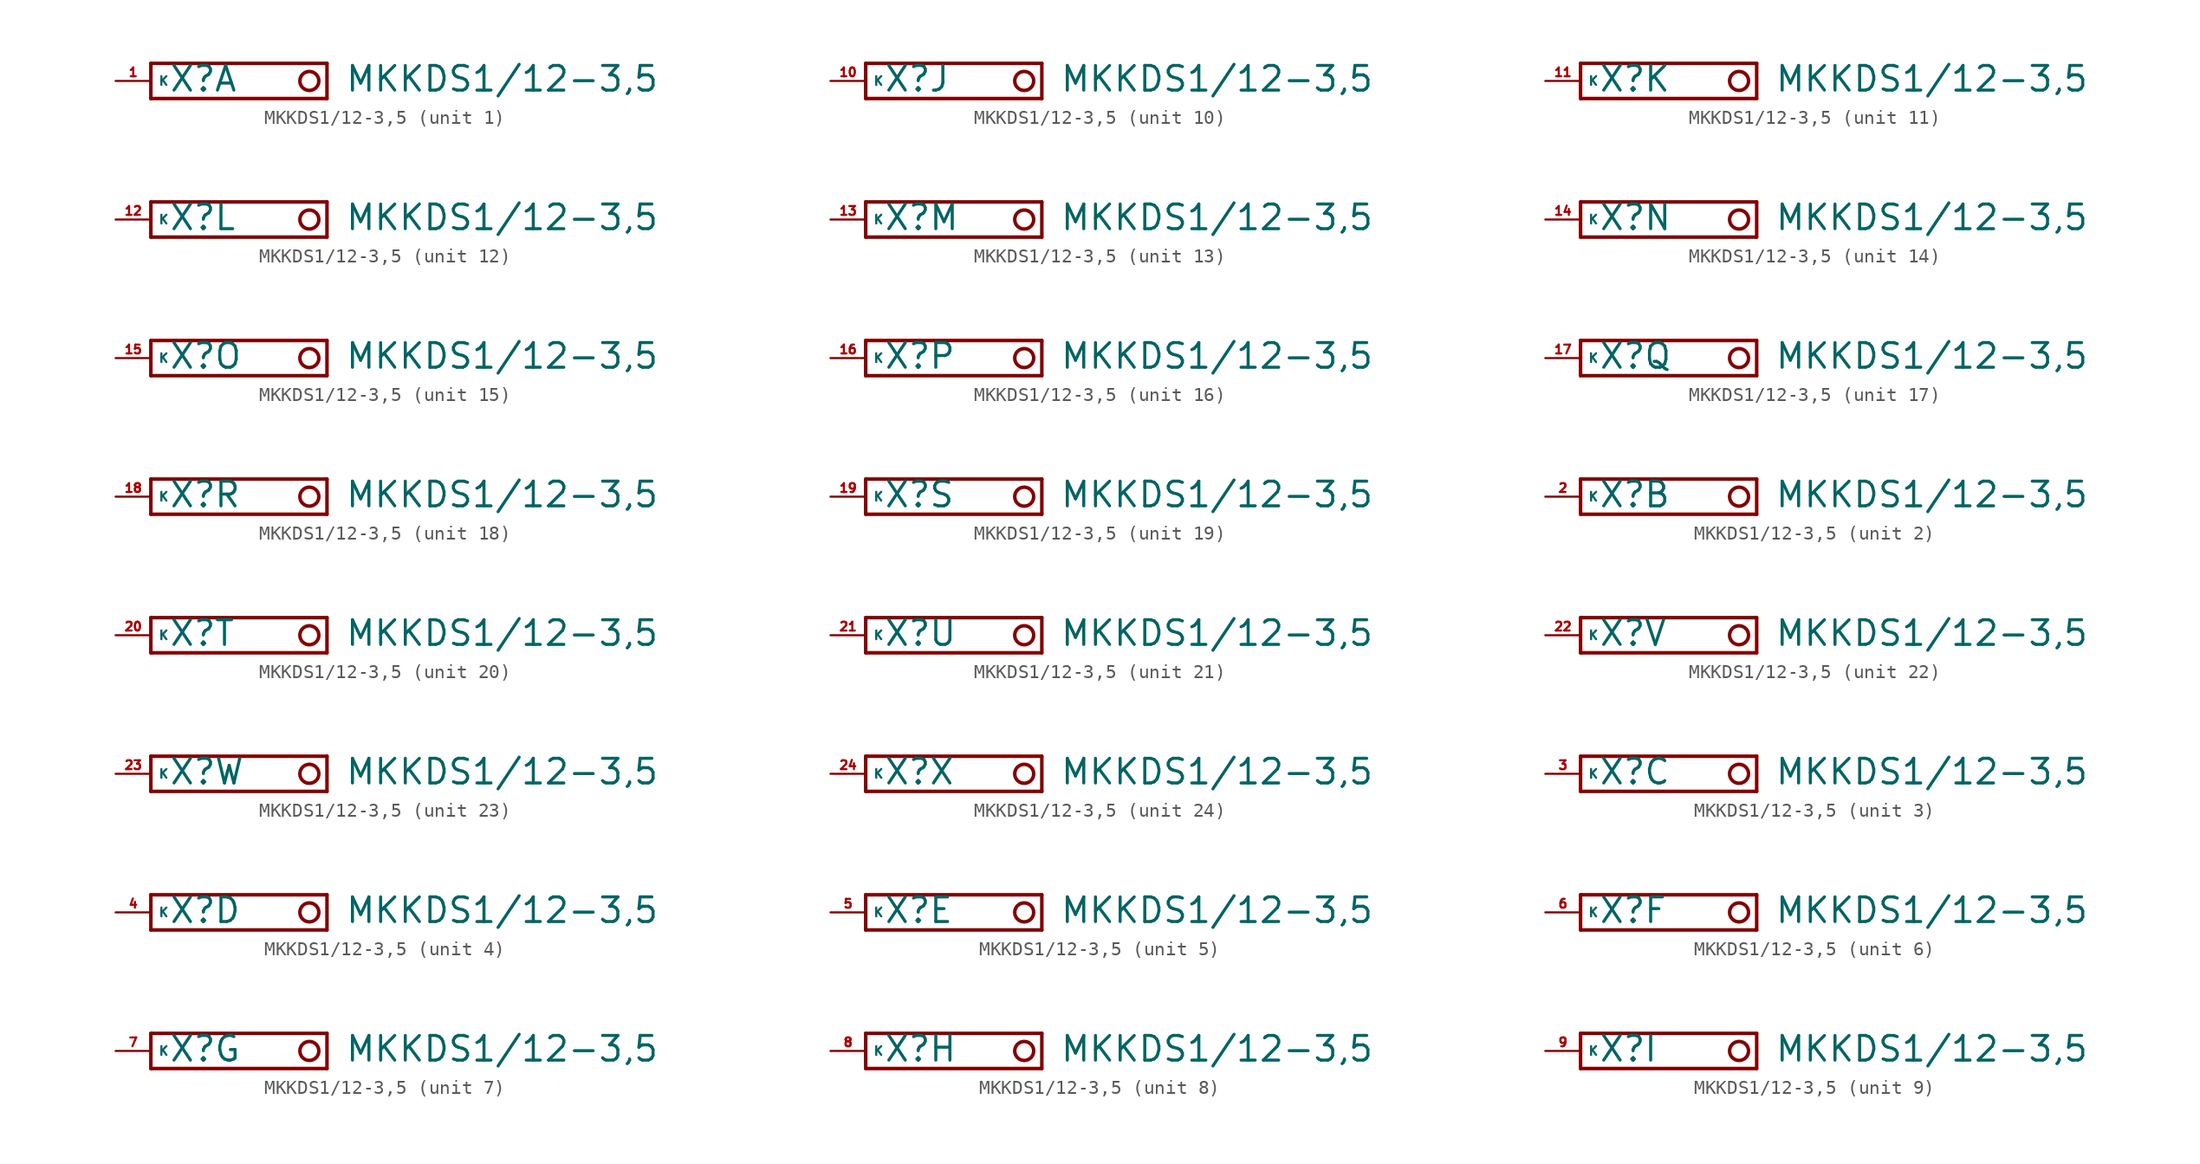
<source format=kicad_sym>
(kicad_symbol_lib
  (version 20220914)
  (generator Eagle2Kicad)
  (symbol "MKKDS1/12-3,5"
    (property "Reference" "X"
      (at 1.27 -0.889 0)
      (effects (font (size 1.778 1.778) (thickness 0.22)) (justify left bottom)))
    (property "Value" "MKKDS1/12-3,5"
      (at 13.97 -0.889 0)
      (effects (font (size 1.778 1.778) (thickness 0.22)) (justify left bottom)))
    (symbol "MKKDS1/12-3,5_1_0"
      (polyline (pts (xy 0 -1.27) (xy 0 1.27)) (stroke (width 0.254) (type default)) (fill (type none)))
      (polyline (pts (xy 12.7 -1.27) (xy 0 -1.27)) (stroke (width 0.254) (type default)) (fill (type none)))
      (polyline (pts (xy 12.7 -1.27) (xy 12.7 1.27)) (stroke (width 0.254) (type default)) (fill (type none)))
      (polyline (pts (xy 0 1.27) (xy 12.7 1.27)) (stroke (width 0.254) (type default)) (fill (type none)))
      (circle (center 11.43 0) (radius 0.684) (stroke (width 0.254) (type default)) (fill (type none)))
      (pin passive line (at -2.54 0 0) (length 2.54) (name "K" (effects (font (size 0.635 0.635) (thickness 0.08)) (justify left bottom))) (number "1" (effects (font (size 0.635 0.635) (thickness 0.08)) (justify left bottom)))))
    (symbol "MKKDS1/12-3,5_2_0"
      (polyline (pts (xy 0 -1.27) (xy 0 1.27)) (stroke (width 0.254) (type default)) (fill (type none)))
      (polyline (pts (xy 12.7 -1.27) (xy 0 -1.27)) (stroke (width 0.254) (type default)) (fill (type none)))
      (polyline (pts (xy 12.7 -1.27) (xy 12.7 1.27)) (stroke (width 0.254) (type default)) (fill (type none)))
      (polyline (pts (xy 0 1.27) (xy 12.7 1.27)) (stroke (width 0.254) (type default)) (fill (type none)))
      (circle (center 11.43 0) (radius 0.684) (stroke (width 0.254) (type default)) (fill (type none)))
      (pin passive line (at -2.54 0 0) (length 2.54) (name "K" (effects (font (size 0.635 0.635) (thickness 0.08)) (justify left bottom))) (number "2" (effects (font (size 0.635 0.635) (thickness 0.08)) (justify left bottom)))))
    (symbol "MKKDS1/12-3,5_3_0"
      (polyline (pts (xy 0 -1.27) (xy 0 1.27)) (stroke (width 0.254) (type default)) (fill (type none)))
      (polyline (pts (xy 12.7 -1.27) (xy 0 -1.27)) (stroke (width 0.254) (type default)) (fill (type none)))
      (polyline (pts (xy 12.7 -1.27) (xy 12.7 1.27)) (stroke (width 0.254) (type default)) (fill (type none)))
      (polyline (pts (xy 0 1.27) (xy 12.7 1.27)) (stroke (width 0.254) (type default)) (fill (type none)))
      (circle (center 11.43 0) (radius 0.684) (stroke (width 0.254) (type default)) (fill (type none)))
      (pin passive line (at -2.54 0 0) (length 2.54) (name "K" (effects (font (size 0.635 0.635) (thickness 0.08)) (justify left bottom))) (number "3" (effects (font (size 0.635 0.635) (thickness 0.08)) (justify left bottom)))))
    (symbol "MKKDS1/12-3,5_4_0"
      (polyline (pts (xy 0 -1.27) (xy 0 1.27)) (stroke (width 0.254) (type default)) (fill (type none)))
      (polyline (pts (xy 12.7 -1.27) (xy 0 -1.27)) (stroke (width 0.254) (type default)) (fill (type none)))
      (polyline (pts (xy 12.7 -1.27) (xy 12.7 1.27)) (stroke (width 0.254) (type default)) (fill (type none)))
      (polyline (pts (xy 0 1.27) (xy 12.7 1.27)) (stroke (width 0.254) (type default)) (fill (type none)))
      (circle (center 11.43 0) (radius 0.684) (stroke (width 0.254) (type default)) (fill (type none)))
      (pin passive line (at -2.54 0 0) (length 2.54) (name "K" (effects (font (size 0.635 0.635) (thickness 0.08)) (justify left bottom))) (number "4" (effects (font (size 0.635 0.635) (thickness 0.08)) (justify left bottom)))))
    (symbol "MKKDS1/12-3,5_5_0"
      (polyline (pts (xy 0 -1.27) (xy 0 1.27)) (stroke (width 0.254) (type default)) (fill (type none)))
      (polyline (pts (xy 12.7 -1.27) (xy 0 -1.27)) (stroke (width 0.254) (type default)) (fill (type none)))
      (polyline (pts (xy 12.7 -1.27) (xy 12.7 1.27)) (stroke (width 0.254) (type default)) (fill (type none)))
      (polyline (pts (xy 0 1.27) (xy 12.7 1.27)) (stroke (width 0.254) (type default)) (fill (type none)))
      (circle (center 11.43 0) (radius 0.684) (stroke (width 0.254) (type default)) (fill (type none)))
      (pin passive line (at -2.54 0 0) (length 2.54) (name "K" (effects (font (size 0.635 0.635) (thickness 0.08)) (justify left bottom))) (number "5" (effects (font (size 0.635 0.635) (thickness 0.08)) (justify left bottom)))))
    (symbol "MKKDS1/12-3,5_6_0"
      (polyline (pts (xy 0 -1.27) (xy 0 1.27)) (stroke (width 0.254) (type default)) (fill (type none)))
      (polyline (pts (xy 12.7 -1.27) (xy 0 -1.27)) (stroke (width 0.254) (type default)) (fill (type none)))
      (polyline (pts (xy 12.7 -1.27) (xy 12.7 1.27)) (stroke (width 0.254) (type default)) (fill (type none)))
      (polyline (pts (xy 0 1.27) (xy 12.7 1.27)) (stroke (width 0.254) (type default)) (fill (type none)))
      (circle (center 11.43 0) (radius 0.684) (stroke (width 0.254) (type default)) (fill (type none)))
      (pin passive line (at -2.54 0 0) (length 2.54) (name "K" (effects (font (size 0.635 0.635) (thickness 0.08)) (justify left bottom))) (number "6" (effects (font (size 0.635 0.635) (thickness 0.08)) (justify left bottom)))))
    (symbol "MKKDS1/12-3,5_7_0"
      (polyline (pts (xy 0 -1.27) (xy 0 1.27)) (stroke (width 0.254) (type default)) (fill (type none)))
      (polyline (pts (xy 12.7 -1.27) (xy 0 -1.27)) (stroke (width 0.254) (type default)) (fill (type none)))
      (polyline (pts (xy 12.7 -1.27) (xy 12.7 1.27)) (stroke (width 0.254) (type default)) (fill (type none)))
      (polyline (pts (xy 0 1.27) (xy 12.7 1.27)) (stroke (width 0.254) (type default)) (fill (type none)))
      (circle (center 11.43 0) (radius 0.684) (stroke (width 0.254) (type default)) (fill (type none)))
      (pin passive line (at -2.54 0 0) (length 2.54) (name "K" (effects (font (size 0.635 0.635) (thickness 0.08)) (justify left bottom))) (number "7" (effects (font (size 0.635 0.635) (thickness 0.08)) (justify left bottom)))))
    (symbol "MKKDS1/12-3,5_8_0"
      (polyline (pts (xy 0 -1.27) (xy 0 1.27)) (stroke (width 0.254) (type default)) (fill (type none)))
      (polyline (pts (xy 12.7 -1.27) (xy 0 -1.27)) (stroke (width 0.254) (type default)) (fill (type none)))
      (polyline (pts (xy 12.7 -1.27) (xy 12.7 1.27)) (stroke (width 0.254) (type default)) (fill (type none)))
      (polyline (pts (xy 0 1.27) (xy 12.7 1.27)) (stroke (width 0.254) (type default)) (fill (type none)))
      (circle (center 11.43 0) (radius 0.684) (stroke (width 0.254) (type default)) (fill (type none)))
      (pin passive line (at -2.54 0 0) (length 2.54) (name "K" (effects (font (size 0.635 0.635) (thickness 0.08)) (justify left bottom))) (number "8" (effects (font (size 0.635 0.635) (thickness 0.08)) (justify left bottom)))))
    (symbol "MKKDS1/12-3,5_9_0"
      (polyline (pts (xy 0 -1.27) (xy 0 1.27)) (stroke (width 0.254) (type default)) (fill (type none)))
      (polyline (pts (xy 12.7 -1.27) (xy 0 -1.27)) (stroke (width 0.254) (type default)) (fill (type none)))
      (polyline (pts (xy 12.7 -1.27) (xy 12.7 1.27)) (stroke (width 0.254) (type default)) (fill (type none)))
      (polyline (pts (xy 0 1.27) (xy 12.7 1.27)) (stroke (width 0.254) (type default)) (fill (type none)))
      (circle (center 11.43 0) (radius 0.684) (stroke (width 0.254) (type default)) (fill (type none)))
      (pin passive line (at -2.54 0 0) (length 2.54) (name "K" (effects (font (size 0.635 0.635) (thickness 0.08)) (justify left bottom))) (number "9" (effects (font (size 0.635 0.635) (thickness 0.08)) (justify left bottom)))))
    (symbol "MKKDS1/12-3,5_10_0"
      (polyline (pts (xy 0 -1.27) (xy 0 1.27)) (stroke (width 0.254) (type default)) (fill (type none)))
      (polyline (pts (xy 12.7 -1.27) (xy 0 -1.27)) (stroke (width 0.254) (type default)) (fill (type none)))
      (polyline (pts (xy 12.7 -1.27) (xy 12.7 1.27)) (stroke (width 0.254) (type default)) (fill (type none)))
      (polyline (pts (xy 0 1.27) (xy 12.7 1.27)) (stroke (width 0.254) (type default)) (fill (type none)))
      (circle (center 11.43 0) (radius 0.684) (stroke (width 0.254) (type default)) (fill (type none)))
      (pin passive line (at -2.54 0 0) (length 2.54) (name "K" (effects (font (size 0.635 0.635) (thickness 0.08)) (justify left bottom))) (number "10" (effects (font (size 0.635 0.635) (thickness 0.08)) (justify left bottom)))))
    (symbol "MKKDS1/12-3,5_11_0"
      (polyline (pts (xy 0 -1.27) (xy 0 1.27)) (stroke (width 0.254) (type default)) (fill (type none)))
      (polyline (pts (xy 12.7 -1.27) (xy 0 -1.27)) (stroke (width 0.254) (type default)) (fill (type none)))
      (polyline (pts (xy 12.7 -1.27) (xy 12.7 1.27)) (stroke (width 0.254) (type default)) (fill (type none)))
      (polyline (pts (xy 0 1.27) (xy 12.7 1.27)) (stroke (width 0.254) (type default)) (fill (type none)))
      (circle (center 11.43 0) (radius 0.684) (stroke (width 0.254) (type default)) (fill (type none)))
      (pin passive line (at -2.54 0 0) (length 2.54) (name "K" (effects (font (size 0.635 0.635) (thickness 0.08)) (justify left bottom))) (number "11" (effects (font (size 0.635 0.635) (thickness 0.08)) (justify left bottom)))))
    (symbol "MKKDS1/12-3,5_12_0"
      (polyline (pts (xy 0 -1.27) (xy 0 1.27)) (stroke (width 0.254) (type default)) (fill (type none)))
      (polyline (pts (xy 12.7 -1.27) (xy 0 -1.27)) (stroke (width 0.254) (type default)) (fill (type none)))
      (polyline (pts (xy 12.7 -1.27) (xy 12.7 1.27)) (stroke (width 0.254) (type default)) (fill (type none)))
      (polyline (pts (xy 0 1.27) (xy 12.7 1.27)) (stroke (width 0.254) (type default)) (fill (type none)))
      (circle (center 11.43 0) (radius 0.684) (stroke (width 0.254) (type default)) (fill (type none)))
      (pin passive line (at -2.54 0 0) (length 2.54) (name "K" (effects (font (size 0.635 0.635) (thickness 0.08)) (justify left bottom))) (number "12" (effects (font (size 0.635 0.635) (thickness 0.08)) (justify left bottom)))))
    (symbol "MKKDS1/12-3,5_13_0"
      (polyline (pts (xy 0 -1.27) (xy 0 1.27)) (stroke (width 0.254) (type default)) (fill (type none)))
      (polyline (pts (xy 12.7 -1.27) (xy 0 -1.27)) (stroke (width 0.254) (type default)) (fill (type none)))
      (polyline (pts (xy 12.7 -1.27) (xy 12.7 1.27)) (stroke (width 0.254) (type default)) (fill (type none)))
      (polyline (pts (xy 0 1.27) (xy 12.7 1.27)) (stroke (width 0.254) (type default)) (fill (type none)))
      (circle (center 11.43 0) (radius 0.684) (stroke (width 0.254) (type default)) (fill (type none)))
      (pin passive line (at -2.54 0 0) (length 2.54) (name "K" (effects (font (size 0.635 0.635) (thickness 0.08)) (justify left bottom))) (number "13" (effects (font (size 0.635 0.635) (thickness 0.08)) (justify left bottom)))))
    (symbol "MKKDS1/12-3,5_14_0"
      (polyline (pts (xy 0 -1.27) (xy 0 1.27)) (stroke (width 0.254) (type default)) (fill (type none)))
      (polyline (pts (xy 12.7 -1.27) (xy 0 -1.27)) (stroke (width 0.254) (type default)) (fill (type none)))
      (polyline (pts (xy 12.7 -1.27) (xy 12.7 1.27)) (stroke (width 0.254) (type default)) (fill (type none)))
      (polyline (pts (xy 0 1.27) (xy 12.7 1.27)) (stroke (width 0.254) (type default)) (fill (type none)))
      (circle (center 11.43 0) (radius 0.684) (stroke (width 0.254) (type default)) (fill (type none)))
      (pin passive line (at -2.54 0 0) (length 2.54) (name "K" (effects (font (size 0.635 0.635) (thickness 0.08)) (justify left bottom))) (number "14" (effects (font (size 0.635 0.635) (thickness 0.08)) (justify left bottom)))))
    (symbol "MKKDS1/12-3,5_15_0"
      (polyline (pts (xy 0 -1.27) (xy 0 1.27)) (stroke (width 0.254) (type default)) (fill (type none)))
      (polyline (pts (xy 12.7 -1.27) (xy 0 -1.27)) (stroke (width 0.254) (type default)) (fill (type none)))
      (polyline (pts (xy 12.7 -1.27) (xy 12.7 1.27)) (stroke (width 0.254) (type default)) (fill (type none)))
      (polyline (pts (xy 0 1.27) (xy 12.7 1.27)) (stroke (width 0.254) (type default)) (fill (type none)))
      (circle (center 11.43 0) (radius 0.684) (stroke (width 0.254) (type default)) (fill (type none)))
      (pin passive line (at -2.54 0 0) (length 2.54) (name "K" (effects (font (size 0.635 0.635) (thickness 0.08)) (justify left bottom))) (number "15" (effects (font (size 0.635 0.635) (thickness 0.08)) (justify left bottom)))))
    (symbol "MKKDS1/12-3,5_16_0"
      (polyline (pts (xy 0 -1.27) (xy 0 1.27)) (stroke (width 0.254) (type default)) (fill (type none)))
      (polyline (pts (xy 12.7 -1.27) (xy 0 -1.27)) (stroke (width 0.254) (type default)) (fill (type none)))
      (polyline (pts (xy 12.7 -1.27) (xy 12.7 1.27)) (stroke (width 0.254) (type default)) (fill (type none)))
      (polyline (pts (xy 0 1.27) (xy 12.7 1.27)) (stroke (width 0.254) (type default)) (fill (type none)))
      (circle (center 11.43 0) (radius 0.684) (stroke (width 0.254) (type default)) (fill (type none)))
      (pin passive line (at -2.54 0 0) (length 2.54) (name "K" (effects (font (size 0.635 0.635) (thickness 0.08)) (justify left bottom))) (number "16" (effects (font (size 0.635 0.635) (thickness 0.08)) (justify left bottom)))))
    (symbol "MKKDS1/12-3,5_17_0"
      (polyline (pts (xy 0 -1.27) (xy 0 1.27)) (stroke (width 0.254) (type default)) (fill (type none)))
      (polyline (pts (xy 12.7 -1.27) (xy 0 -1.27)) (stroke (width 0.254) (type default)) (fill (type none)))
      (polyline (pts (xy 12.7 -1.27) (xy 12.7 1.27)) (stroke (width 0.254) (type default)) (fill (type none)))
      (polyline (pts (xy 0 1.27) (xy 12.7 1.27)) (stroke (width 0.254) (type default)) (fill (type none)))
      (circle (center 11.43 0) (radius 0.684) (stroke (width 0.254) (type default)) (fill (type none)))
      (pin passive line (at -2.54 0 0) (length 2.54) (name "K" (effects (font (size 0.635 0.635) (thickness 0.08)) (justify left bottom))) (number "17" (effects (font (size 0.635 0.635) (thickness 0.08)) (justify left bottom)))))
    (symbol "MKKDS1/12-3,5_18_0"
      (polyline (pts (xy 0 -1.27) (xy 0 1.27)) (stroke (width 0.254) (type default)) (fill (type none)))
      (polyline (pts (xy 12.7 -1.27) (xy 0 -1.27)) (stroke (width 0.254) (type default)) (fill (type none)))
      (polyline (pts (xy 12.7 -1.27) (xy 12.7 1.27)) (stroke (width 0.254) (type default)) (fill (type none)))
      (polyline (pts (xy 0 1.27) (xy 12.7 1.27)) (stroke (width 0.254) (type default)) (fill (type none)))
      (circle (center 11.43 0) (radius 0.684) (stroke (width 0.254) (type default)) (fill (type none)))
      (pin passive line (at -2.54 0 0) (length 2.54) (name "K" (effects (font (size 0.635 0.635) (thickness 0.08)) (justify left bottom))) (number "18" (effects (font (size 0.635 0.635) (thickness 0.08)) (justify left bottom)))))
    (symbol "MKKDS1/12-3,5_19_0"
      (polyline (pts (xy 0 -1.27) (xy 0 1.27)) (stroke (width 0.254) (type default)) (fill (type none)))
      (polyline (pts (xy 12.7 -1.27) (xy 0 -1.27)) (stroke (width 0.254) (type default)) (fill (type none)))
      (polyline (pts (xy 12.7 -1.27) (xy 12.7 1.27)) (stroke (width 0.254) (type default)) (fill (type none)))
      (polyline (pts (xy 0 1.27) (xy 12.7 1.27)) (stroke (width 0.254) (type default)) (fill (type none)))
      (circle (center 11.43 0) (radius 0.684) (stroke (width 0.254) (type default)) (fill (type none)))
      (pin passive line (at -2.54 0 0) (length 2.54) (name "K" (effects (font (size 0.635 0.635) (thickness 0.08)) (justify left bottom))) (number "19" (effects (font (size 0.635 0.635) (thickness 0.08)) (justify left bottom)))))
    (symbol "MKKDS1/12-3,5_20_0"
      (polyline (pts (xy 0 -1.27) (xy 0 1.27)) (stroke (width 0.254) (type default)) (fill (type none)))
      (polyline (pts (xy 12.7 -1.27) (xy 0 -1.27)) (stroke (width 0.254) (type default)) (fill (type none)))
      (polyline (pts (xy 12.7 -1.27) (xy 12.7 1.27)) (stroke (width 0.254) (type default)) (fill (type none)))
      (polyline (pts (xy 0 1.27) (xy 12.7 1.27)) (stroke (width 0.254) (type default)) (fill (type none)))
      (circle (center 11.43 0) (radius 0.684) (stroke (width 0.254) (type default)) (fill (type none)))
      (pin passive line (at -2.54 0 0) (length 2.54) (name "K" (effects (font (size 0.635 0.635) (thickness 0.08)) (justify left bottom))) (number "20" (effects (font (size 0.635 0.635) (thickness 0.08)) (justify left bottom)))))
    (symbol "MKKDS1/12-3,5_21_0"
      (polyline (pts (xy 0 -1.27) (xy 0 1.27)) (stroke (width 0.254) (type default)) (fill (type none)))
      (polyline (pts (xy 12.7 -1.27) (xy 0 -1.27)) (stroke (width 0.254) (type default)) (fill (type none)))
      (polyline (pts (xy 12.7 -1.27) (xy 12.7 1.27)) (stroke (width 0.254) (type default)) (fill (type none)))
      (polyline (pts (xy 0 1.27) (xy 12.7 1.27)) (stroke (width 0.254) (type default)) (fill (type none)))
      (circle (center 11.43 0) (radius 0.684) (stroke (width 0.254) (type default)) (fill (type none)))
      (pin passive line (at -2.54 0 0) (length 2.54) (name "K" (effects (font (size 0.635 0.635) (thickness 0.08)) (justify left bottom))) (number "21" (effects (font (size 0.635 0.635) (thickness 0.08)) (justify left bottom)))))
    (symbol "MKKDS1/12-3,5_22_0"
      (polyline (pts (xy 0 -1.27) (xy 0 1.27)) (stroke (width 0.254) (type default)) (fill (type none)))
      (polyline (pts (xy 12.7 -1.27) (xy 0 -1.27)) (stroke (width 0.254) (type default)) (fill (type none)))
      (polyline (pts (xy 12.7 -1.27) (xy 12.7 1.27)) (stroke (width 0.254) (type default)) (fill (type none)))
      (polyline (pts (xy 0 1.27) (xy 12.7 1.27)) (stroke (width 0.254) (type default)) (fill (type none)))
      (circle (center 11.43 0) (radius 0.684) (stroke (width 0.254) (type default)) (fill (type none)))
      (pin passive line (at -2.54 0 0) (length 2.54) (name "K" (effects (font (size 0.635 0.635) (thickness 0.08)) (justify left bottom))) (number "22" (effects (font (size 0.635 0.635) (thickness 0.08)) (justify left bottom)))))
    (symbol "MKKDS1/12-3,5_23_0"
      (polyline (pts (xy 0 -1.27) (xy 0 1.27)) (stroke (width 0.254) (type default)) (fill (type none)))
      (polyline (pts (xy 12.7 -1.27) (xy 0 -1.27)) (stroke (width 0.254) (type default)) (fill (type none)))
      (polyline (pts (xy 12.7 -1.27) (xy 12.7 1.27)) (stroke (width 0.254) (type default)) (fill (type none)))
      (polyline (pts (xy 0 1.27) (xy 12.7 1.27)) (stroke (width 0.254) (type default)) (fill (type none)))
      (circle (center 11.43 0) (radius 0.684) (stroke (width 0.254) (type default)) (fill (type none)))
      (pin passive line (at -2.54 0 0) (length 2.54) (name "K" (effects (font (size 0.635 0.635) (thickness 0.08)) (justify left bottom))) (number "23" (effects (font (size 0.635 0.635) (thickness 0.08)) (justify left bottom)))))
    (symbol "MKKDS1/12-3,5_24_0"
      (polyline (pts (xy 0 -1.27) (xy 0 1.27)) (stroke (width 0.254) (type default)) (fill (type none)))
      (polyline (pts (xy 12.7 -1.27) (xy 0 -1.27)) (stroke (width 0.254) (type default)) (fill (type none)))
      (polyline (pts (xy 12.7 -1.27) (xy 12.7 1.27)) (stroke (width 0.254) (type default)) (fill (type none)))
      (polyline (pts (xy 0 1.27) (xy 12.7 1.27)) (stroke (width 0.254) (type default)) (fill (type none)))
      (circle (center 11.43 0) (radius 0.684) (stroke (width 0.254) (type default)) (fill (type none)))
      (pin passive line (at -2.54 0 0) (length 2.54) (name "K" (effects (font (size 0.635 0.635) (thickness 0.08)) (justify left bottom))) (number "24" (effects (font (size 0.635 0.635) (thickness 0.08)) (justify left bottom)))))))
</source>
